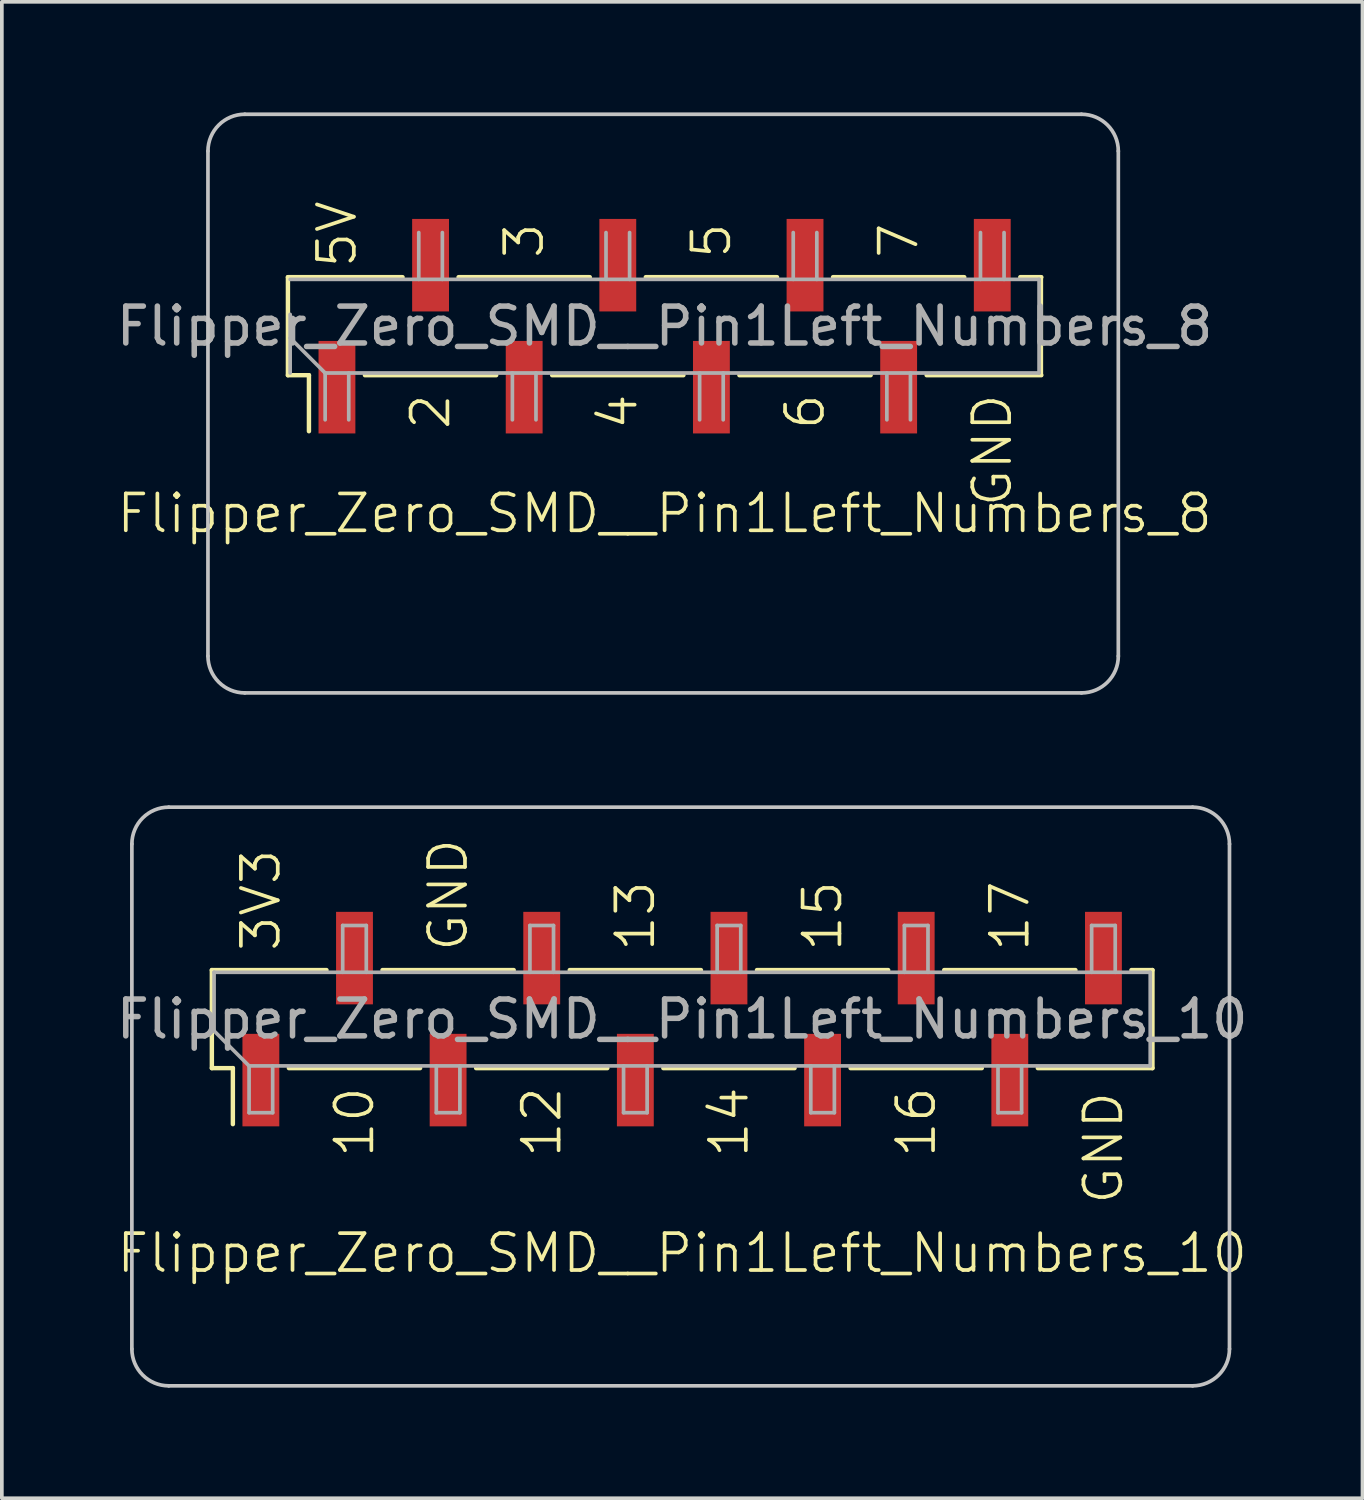
<source format=kicad_pcb>
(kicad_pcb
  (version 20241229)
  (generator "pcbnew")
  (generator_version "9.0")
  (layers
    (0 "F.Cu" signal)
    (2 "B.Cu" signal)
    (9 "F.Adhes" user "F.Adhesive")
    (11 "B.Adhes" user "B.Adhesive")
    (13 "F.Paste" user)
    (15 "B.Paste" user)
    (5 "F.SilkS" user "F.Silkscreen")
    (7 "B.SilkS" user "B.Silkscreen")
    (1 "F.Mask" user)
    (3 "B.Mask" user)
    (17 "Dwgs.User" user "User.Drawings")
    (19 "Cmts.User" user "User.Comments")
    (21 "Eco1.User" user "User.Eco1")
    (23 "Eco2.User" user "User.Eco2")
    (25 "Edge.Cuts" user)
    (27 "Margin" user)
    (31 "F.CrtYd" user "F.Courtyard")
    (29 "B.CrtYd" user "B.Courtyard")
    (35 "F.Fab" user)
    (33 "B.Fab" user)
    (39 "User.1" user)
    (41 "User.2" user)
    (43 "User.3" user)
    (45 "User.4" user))
  (footprint "Flipper_Zero_SMD__Pin1Left_Numbers_10"
    (layer "F.Cu")
    (at 4.028 24.6)
    (property "Reference" "Flipper_Zero_SMD__Pin1Left_Numbers_10" (at 11.43 6.35 0) (unlocked yes) (layer "F.SilkS") (effects (font (size 1 1) (thickness 0.1))))
    (attr smd)
    (fp_line (start -1.33 -1.33) (end -1.33 1.33) (stroke (width 0.12) (type solid)) (layer "F.SilkS"))
    (fp_line (start -1.33 -1.33) (end 1.78 -1.33) (stroke (width 0.12) (type solid)) (layer "F.SilkS"))
    (fp_line (start -1.33 1.33) (end -0.76 1.33) (stroke (width 0.12) (type solid)) (layer "F.SilkS"))
    (fp_line (start -0.76 1.33) (end -0.76 2.85) (stroke (width 0.12) (type solid)) (layer "F.SilkS"))
    (fp_line (start 0.76 1.33) (end 4.32 1.33) (stroke (width 0.12) (type solid)) (layer "F.SilkS"))
    (fp_line (start 3.3 -1.33) (end 6.86 -1.33) (stroke (width 0.12) (type solid)) (layer "F.SilkS"))
    (fp_line (start 5.84 1.33) (end 9.4 1.33) (stroke (width 0.12) (type solid)) (layer "F.SilkS"))
    (fp_line (start 8.38 -1.33) (end 11.94 -1.33) (stroke (width 0.12) (type solid)) (layer "F.SilkS"))
    (fp_line (start 10.92 1.33) (end 14.48 1.33) (stroke (width 0.12) (type solid)) (layer "F.SilkS"))
    (fp_line (start 13.46 -1.33) (end 17.02 -1.33) (stroke (width 0.12) (type solid)) (layer "F.SilkS"))
    (fp_line (start 16 1.33) (end 19.56 1.33) (stroke (width 0.12) (type solid)) (layer "F.SilkS"))
    (fp_line (start 18.54 -1.33) (end 22.1 -1.33) (stroke (width 0.12) (type solid)) (layer "F.SilkS"))
    (fp_line (start 21.08 1.33) (end 24.19 1.33) (stroke (width 0.12) (type solid)) (layer "F.SilkS"))
    (fp_line (start 23.62 -1.33) (end 24.19 -1.33) (stroke (width 0.12) (type solid)) (layer "F.SilkS"))
    (fp_line (start 24.19 1.33) (end 24.19 -1.33) (stroke (width 0.12) (type solid)) (layer "F.SilkS"))
    (fp_line (start -3.5 8.95) (end -3.5 -4.75) (stroke (width 0.1) (type default)) (layer "Dwgs.User"))
    (fp_line (start -2.5 -5.75) (end 25.28 -5.75) (stroke (width 0.1) (type default)) (layer "Dwgs.User"))
    (fp_line (start -2.5 9.95) (end 25.28 9.95) (stroke (width 0.1) (type default)) (layer "Dwgs.User"))
    (fp_line (start 26.28 8.95) (end 26.28 -4.75) (stroke (width 0.1) (type default)) (layer "Dwgs.User"))
    (fp_arc (start -3.5 -4.75) (mid -3.207107 -5.457106) (end -2.5 -5.75) (stroke (width 0.1) (type default)) (layer "Dwgs.User"))
    (fp_arc (start -2.5 9.95) (mid -3.207106 9.657107) (end -3.5 8.95) (stroke (width 0.1) (type default)) (layer "Dwgs.User"))
    (fp_arc (start 25.28 -5.75) (mid 25.987106 -5.457107) (end 26.28 -4.75) (stroke (width 0.1) (type default)) (layer "Dwgs.User"))
    (fp_arc (start 26.28 8.95) (mid 25.987107 9.657106) (end 25.28 9.95) (stroke (width 0.1) (type default)) (layer "Dwgs.User"))
    (fp_line (start -1.27 -1.27) (end -1.27 0.32) (stroke (width 0.1) (type solid)) (layer "F.Fab"))
    (fp_line (start -1.27 -1.27) (end 24.13 -1.27) (stroke (width 0.1) (type solid)) (layer "F.Fab"))
    (fp_line (start -0.32 1.27) (end -1.27 0.32) (stroke (width 0.1) (type solid)) (layer "F.Fab"))
    (fp_line (start -0.32 1.27) (end -0.32 2.54) (stroke (width 0.1) (type solid)) (layer "F.Fab"))
    (fp_line (start -0.32 2.54) (end 0.32 2.54) (stroke (width 0.1) (type solid)) (layer "F.Fab"))
    (fp_line (start 0.32 2.54) (end 0.32 1.27) (stroke (width 0.1) (type solid)) (layer "F.Fab"))
    (fp_line (start 2.22 -2.54) (end 2.86 -2.54) (stroke (width 0.1) (type solid)) (layer "F.Fab"))
    (fp_line (start 2.22 -1.27) (end 2.22 -2.54) (stroke (width 0.1) (type solid)) (layer "F.Fab"))
    (fp_line (start 2.86 -2.54) (end 2.86 -1.27) (stroke (width 0.1) (type solid)) (layer "F.Fab"))
    (fp_line (start 4.76 1.27) (end 4.76 2.54) (stroke (width 0.1) (type solid)) (layer "F.Fab"))
    (fp_line (start 4.76 2.54) (end 5.4 2.54) (stroke (width 0.1) (type solid)) (layer "F.Fab"))
    (fp_line (start 5.4 2.54) (end 5.4 1.27) (stroke (width 0.1) (type solid)) (layer "F.Fab"))
    (fp_line (start 7.3 -2.54) (end 7.94 -2.54) (stroke (width 0.1) (type solid)) (layer "F.Fab"))
    (fp_line (start 7.3 -1.27) (end 7.3 -2.54) (stroke (width 0.1) (type solid)) (layer "F.Fab"))
    (fp_line (start 7.94 -2.54) (end 7.94 -1.27) (stroke (width 0.1) (type solid)) (layer "F.Fab"))
    (fp_line (start 9.84 1.27) (end 9.84 2.54) (stroke (width 0.1) (type solid)) (layer "F.Fab"))
    (fp_line (start 9.84 2.54) (end 10.48 2.54) (stroke (width 0.1) (type solid)) (layer "F.Fab"))
    (fp_line (start 10.48 2.54) (end 10.48 1.27) (stroke (width 0.1) (type solid)) (layer "F.Fab"))
    (fp_line (start 12.38 -2.54) (end 13.02 -2.54) (stroke (width 0.1) (type solid)) (layer "F.Fab"))
    (fp_line (start 12.38 -1.27) (end 12.38 -2.54) (stroke (width 0.1) (type solid)) (layer "F.Fab"))
    (fp_line (start 13.02 -2.54) (end 13.02 -1.27) (stroke (width 0.1) (type solid)) (layer "F.Fab"))
    (fp_line (start 14.92 1.27) (end 14.92 2.54) (stroke (width 0.1) (type solid)) (layer "F.Fab"))
    (fp_line (start 14.92 2.54) (end 15.56 2.54) (stroke (width 0.1) (type solid)) (layer "F.Fab"))
    (fp_line (start 15.56 2.54) (end 15.56 1.27) (stroke (width 0.1) (type solid)) (layer "F.Fab"))
    (fp_line (start 17.46 -2.54) (end 18.1 -2.54) (stroke (width 0.1) (type solid)) (layer "F.Fab"))
    (fp_line (start 17.46 -1.27) (end 17.46 -2.54) (stroke (width 0.1) (type solid)) (layer "F.Fab"))
    (fp_line (start 18.1 -2.54) (end 18.1 -1.27) (stroke (width 0.1) (type solid)) (layer "F.Fab"))
    (fp_line (start 20 1.27) (end 20 2.54) (stroke (width 0.1) (type solid)) (layer "F.Fab"))
    (fp_line (start 20 2.54) (end 20.64 2.54) (stroke (width 0.1) (type solid)) (layer "F.Fab"))
    (fp_line (start 20.64 2.54) (end 20.64 1.27) (stroke (width 0.1) (type solid)) (layer "F.Fab"))
    (fp_line (start 22.54 -2.54) (end 23.18 -2.54) (stroke (width 0.1) (type solid)) (layer "F.Fab"))
    (fp_line (start 22.54 -1.27) (end 22.54 -2.54) (stroke (width 0.1) (type solid)) (layer "F.Fab"))
    (fp_line (start 23.18 -2.54) (end 23.18 -1.27) (stroke (width 0.1) (type solid)) (layer "F.Fab"))
    (fp_line (start 24.13 -1.27) (end 24.13 1.27) (stroke (width 0.1) (type solid)) (layer "F.Fab"))
    (fp_line (start 24.13 1.27) (end -0.32 1.27) (stroke (width 0.1) (type solid)) (layer "F.Fab"))
    (fp_text user "GND" (at 5.08 -1.778 90) (unlocked yes) (layer "F.SilkS") (effects (font (size 1 1) (thickness 0.1)) (justify left)))
    (fp_text user "12" (at 7.62 1.778 90) (unlocked yes) (layer "F.SilkS") (effects (font (size 1 1) (thickness 0.1)) (justify right)))
    (fp_text user "13" (at 10.16 -1.778 90) (unlocked yes) (layer "F.SilkS") (effects (font (size 1 1) (thickness 0.1)) (justify left)))
    (fp_text user "GND" (at 22.86 1.905 90) (unlocked yes) (layer "F.SilkS") (effects (font (size 1 1) (thickness 0.1)) (justify right)))
    (fp_text user "17" (at 20.32 -1.778 90) (unlocked yes) (layer "F.SilkS") (effects (font (size 1 1) (thickness 0.1)) (justify left)))
    (fp_text user "15" (at 15.24 -1.778 90) (unlocked yes) (layer "F.SilkS") (effects (font (size 1 1) (thickness 0.1)) (justify left)))
    (fp_text user "16" (at 17.78 1.778 90) (unlocked yes) (layer "F.SilkS") (effects (font (size 1 1) (thickness 0.1)) (justify right)))
    (fp_text user "3V3" (at 0 -1.778 90) (unlocked yes) (layer "F.SilkS") (effects (font (size 1 1) (thickness 0.1)) (justify left)))
    (fp_text user "14" (at 12.7 1.778 90) (unlocked yes) (layer "F.SilkS") (effects (font (size 1 1) (thickness 0.1)) (justify right)))
    (fp_text user "10" (at 2.54 1.778 90) (unlocked yes) (layer "F.SilkS") (effects (font (size 1 1) (thickness 0.1)) (justify right)))
    (fp_text user "${REFERENCE}" (at 11.43 0 180) (layer "F.Fab") (effects (font (size 1 1) (thickness 0.15))))
    (pad "9" smd rect (at 0 1.655 90) (size 2.51 1) (layers "F.Cu" "F.Mask" "F.Paste"))
    (pad "10" smd rect (at 2.54 -1.655 270) (size 2.51 1) (layers "F.Cu" "F.Mask" "F.Paste"))
    (pad "11" smd rect (at 5.08 1.655 270) (size 2.51 1) (layers "F.Cu" "F.Mask" "F.Paste"))
    (pad "12" smd rect (at 7.62 -1.655 270) (size 2.51 1) (layers "F.Cu" "F.Mask" "F.Paste"))
    (pad "13" smd rect (at 10.16 1.655 270) (size 2.51 1) (layers "F.Cu" "F.Mask" "F.Paste"))
    (pad "14" smd rect (at 12.7 -1.655 270) (size 2.51 1) (layers "F.Cu" "F.Mask" "F.Paste"))
    (pad "15" smd rect (at 15.24 1.655 270) (size 2.51 1) (layers "F.Cu" "F.Mask" "F.Paste"))
    (pad "16" smd rect (at 17.78 -1.655 270) (size 2.51 1) (layers "F.Cu" "F.Mask" "F.Paste"))
    (pad "17" smd rect (at 20.32 1.655 270) (size 2.51 1) (layers "F.Cu" "F.Mask" "F.Paste"))
    (pad "18" smd rect (at 22.86 -1.655 270) (size 2.51 1) (layers "F.Cu" "F.Mask" "F.Paste")))
  (footprint "Flipper_Zero_SMD__Pin1Left_Numbers_8"
    (layer "F.Cu")
    (at 6.092 5.8)
    (property "Reference" "Flipper_Zero_SMD__Pin1Left_Numbers_8" (at 8.89 5.08 0) (unlocked yes) (layer "F.SilkS") (effects (font (size 1 1) (thickness 0.1))))
    (attr smd)
    (fp_line (start -1.33 -1.33) (end 1.78 -1.33) (stroke (width 0.12) (type solid)) (layer "F.SilkS"))
    (fp_line (start -1.33 1.33) (end -1.33 -1.33) (stroke (width 0.12) (type solid)) (layer "F.SilkS"))
    (fp_line (start -1.33 1.33) (end -0.76 1.33) (stroke (width 0.12) (type solid)) (layer "F.SilkS"))
    (fp_line (start -0.76 1.33) (end -0.76 2.85) (stroke (width 0.12) (type solid)) (layer "F.SilkS"))
    (fp_line (start 0.76 1.33) (end 4.32 1.33) (stroke (width 0.12) (type solid)) (layer "F.SilkS"))
    (fp_line (start 3.3 -1.33) (end 6.86 -1.33) (stroke (width 0.12) (type solid)) (layer "F.SilkS"))
    (fp_line (start 5.84 1.33) (end 9.4 1.33) (stroke (width 0.12) (type solid)) (layer "F.SilkS"))
    (fp_line (start 8.38 -1.33) (end 11.94 -1.33) (stroke (width 0.12) (type solid)) (layer "F.SilkS"))
    (fp_line (start 10.92 1.33) (end 14.48 1.33) (stroke (width 0.12) (type solid)) (layer "F.SilkS"))
    (fp_line (start 13.46 -1.33) (end 17.02 -1.33) (stroke (width 0.12) (type solid)) (layer "F.SilkS"))
    (fp_line (start 16 1.33) (end 19.11 1.33) (stroke (width 0.12) (type solid)) (layer "F.SilkS"))
    (fp_line (start 18.54 -1.33) (end 19.11 -1.33) (stroke (width 0.12) (type solid)) (layer "F.SilkS"))
    (fp_line (start 19.11 1.33) (end 19.11 -1.33) (stroke (width 0.1) (type default)) (layer "F.SilkS"))
    (fp_line (start -3.5 8.95) (end -3.5 -4.75) (stroke (width 0.1) (type default)) (layer "Dwgs.User"))
    (fp_line (start -2.5 -5.75) (end 20.2 -5.75) (stroke (width 0.1) (type default)) (layer "Dwgs.User"))
    (fp_line (start -2.5 9.95) (end 20.2 9.95) (stroke (width 0.1) (type default)) (layer "Dwgs.User"))
    (fp_line (start 21.2 8.95) (end 21.2 -4.75) (stroke (width 0.1) (type default)) (layer "Dwgs.User"))
    (fp_arc (start -3.5 -4.75) (mid -3.207107 -5.457106) (end -2.5 -5.75) (stroke (width 0.1) (type default)) (layer "Dwgs.User"))
    (fp_arc (start -2.5 9.95) (mid -3.207106 9.657107) (end -3.5 8.95) (stroke (width 0.1) (type default)) (layer "Dwgs.User"))
    (fp_arc (start 20.2 -5.75) (mid 20.907106 -5.457107) (end 21.2 -4.75) (stroke (width 0.1) (type default)) (layer "Dwgs.User"))
    (fp_arc (start 21.2 8.95) (mid 20.907107 9.657106) (end 20.2 9.95) (stroke (width 0.1) (type default)) (layer "Dwgs.User"))
    (fp_line (start -1.27 -1.27) (end 19.05 -1.27) (stroke (width 0.1) (type solid)) (layer "F.Fab"))
    (fp_line (start -1.27 1.27) (end -1.27 -0.32) (stroke (width 0.1) (type solid)) (layer "F.Fab"))
    (fp_line (start -0.32 1.27) (end -1.27 0.32) (stroke (width 0.1) (type solid)) (layer "F.Fab"))
    (fp_line (start -0.32 1.27) (end -0.32 2.54) (stroke (width 0.1) (type solid)) (layer "F.Fab"))
    (fp_line (start 0.32 2.54) (end 0.32 1.27) (stroke (width 0.1) (type solid)) (layer "F.Fab"))
    (fp_line (start 2.22 -1.27) (end 2.22 -2.54) (stroke (width 0.1) (type solid)) (layer "F.Fab"))
    (fp_line (start 2.86 -2.54) (end 2.86 -1.27) (stroke (width 0.1) (type solid)) (layer "F.Fab"))
    (fp_line (start 4.76 1.27) (end 4.76 2.54) (stroke (width 0.1) (type solid)) (layer "F.Fab"))
    (fp_line (start 5.4 2.54) (end 5.4 1.27) (stroke (width 0.1) (type solid)) (layer "F.Fab"))
    (fp_line (start 7.3 -1.27) (end 7.3 -2.54) (stroke (width 0.1) (type solid)) (layer "F.Fab"))
    (fp_line (start 7.94 -2.54) (end 7.94 -1.27) (stroke (width 0.1) (type solid)) (layer "F.Fab"))
    (fp_line (start 9.84 1.27) (end 9.84 2.54) (stroke (width 0.1) (type solid)) (layer "F.Fab"))
    (fp_line (start 10.48 2.54) (end 10.48 1.27) (stroke (width 0.1) (type solid)) (layer "F.Fab"))
    (fp_line (start 12.38 -1.27) (end 12.38 -2.54) (stroke (width 0.1) (type solid)) (layer "F.Fab"))
    (fp_line (start 13.02 -2.54) (end 13.02 -1.27) (stroke (width 0.1) (type solid)) (layer "F.Fab"))
    (fp_line (start 14.92 1.27) (end 14.92 2.54) (stroke (width 0.1) (type solid)) (layer "F.Fab"))
    (fp_line (start 15.56 2.54) (end 15.56 1.27) (stroke (width 0.1) (type solid)) (layer "F.Fab"))
    (fp_line (start 17.46 -1.27) (end 17.46 -2.54) (stroke (width 0.1) (type solid)) (layer "F.Fab"))
    (fp_line (start 18.1 -2.54) (end 18.1 -1.27) (stroke (width 0.1) (type solid)) (layer "F.Fab"))
    (fp_line (start 19.05 1.27) (end -0.32 1.27) (stroke (width 0.1) (type solid)) (layer "F.Fab"))
    (fp_line (start 19.05 1.27) (end 19.05 -1.27) (stroke (width 0.1) (type solid)) (layer "F.Fab"))
    (fp_text user "2" (at 2.54 1.778 90) (unlocked yes) (layer "F.SilkS") (effects (font (size 1 1) (thickness 0.1)) (justify right)))
    (fp_text user "4" (at 7.62 1.778 90) (unlocked yes) (layer "F.SilkS") (effects (font (size 1 1) (thickness 0.1)) (justify right)))
    (fp_text user "GND" (at 17.78 1.778 90) (unlocked yes) (layer "F.SilkS") (effects (font (size 1 1) (thickness 0.1)) (justify right)))
    (fp_text user "5" (at 10.16 -1.778 90) (unlocked yes) (layer "F.SilkS") (effects (font (size 1 1) (thickness 0.1)) (justify left)))
    (fp_text user "7" (at 15.24 -1.778 90) (unlocked yes) (layer "F.SilkS") (effects (font (size 1 1) (thickness 0.1)) (justify left)))
    (fp_text user "5V" (at 0 -1.524 90) (unlocked yes) (layer "F.SilkS") (effects (font (size 1 1) (thickness 0.1)) (justify left)))
    (fp_text user "3" (at 5.08 -1.778 90) (unlocked yes) (layer "F.SilkS") (effects (font (size 1 1) (thickness 0.1)) (justify left)))
    (fp_text user "6" (at 12.7 1.778 90) (unlocked yes) (layer "F.SilkS") (effects (font (size 1 1) (thickness 0.1)) (justify right)))
    (fp_text user "${REFERENCE}" (at 8.89 0 180) (layer "F.Fab") (effects (font (size 1 1) (thickness 0.15))))
    (pad "1" smd rect (at 0 1.655 270) (size 2.51 1) (layers "F.Cu" "F.Mask" "F.Paste"))
    (pad "2" smd rect (at 2.54 -1.655 270) (size 2.51 1) (layers "F.Cu" "F.Mask" "F.Paste"))
    (pad "3" smd rect (at 5.08 1.655 270) (size 2.51 1) (layers "F.Cu" "F.Mask" "F.Paste"))
    (pad "4" smd rect (at 7.62 -1.655 270) (size 2.51 1) (layers "F.Cu" "F.Mask" "F.Paste"))
    (pad "5" smd rect (at 10.16 1.655 270) (size 2.51 1) (layers "F.Cu" "F.Mask" "F.Paste"))
    (pad "6" smd rect (at 12.7 -1.655 270) (size 2.51 1) (layers "F.Cu" "F.Mask" "F.Paste"))
    (pad "7" smd rect (at 15.24 1.655 270) (size 2.51 1) (layers "F.Cu" "F.Mask" "F.Paste"))
    (pad "8" smd rect (at 17.78 -1.655 270) (size 2.51 1) (layers "F.Cu" "F.Mask" "F.Paste")))
  (gr_rect
    (start -3 -3)
    (end 33.917 37.6)
    (stroke (width 0.1) (type default))
    (fill no)
    (layer "Edge.Cuts")))
</source>
